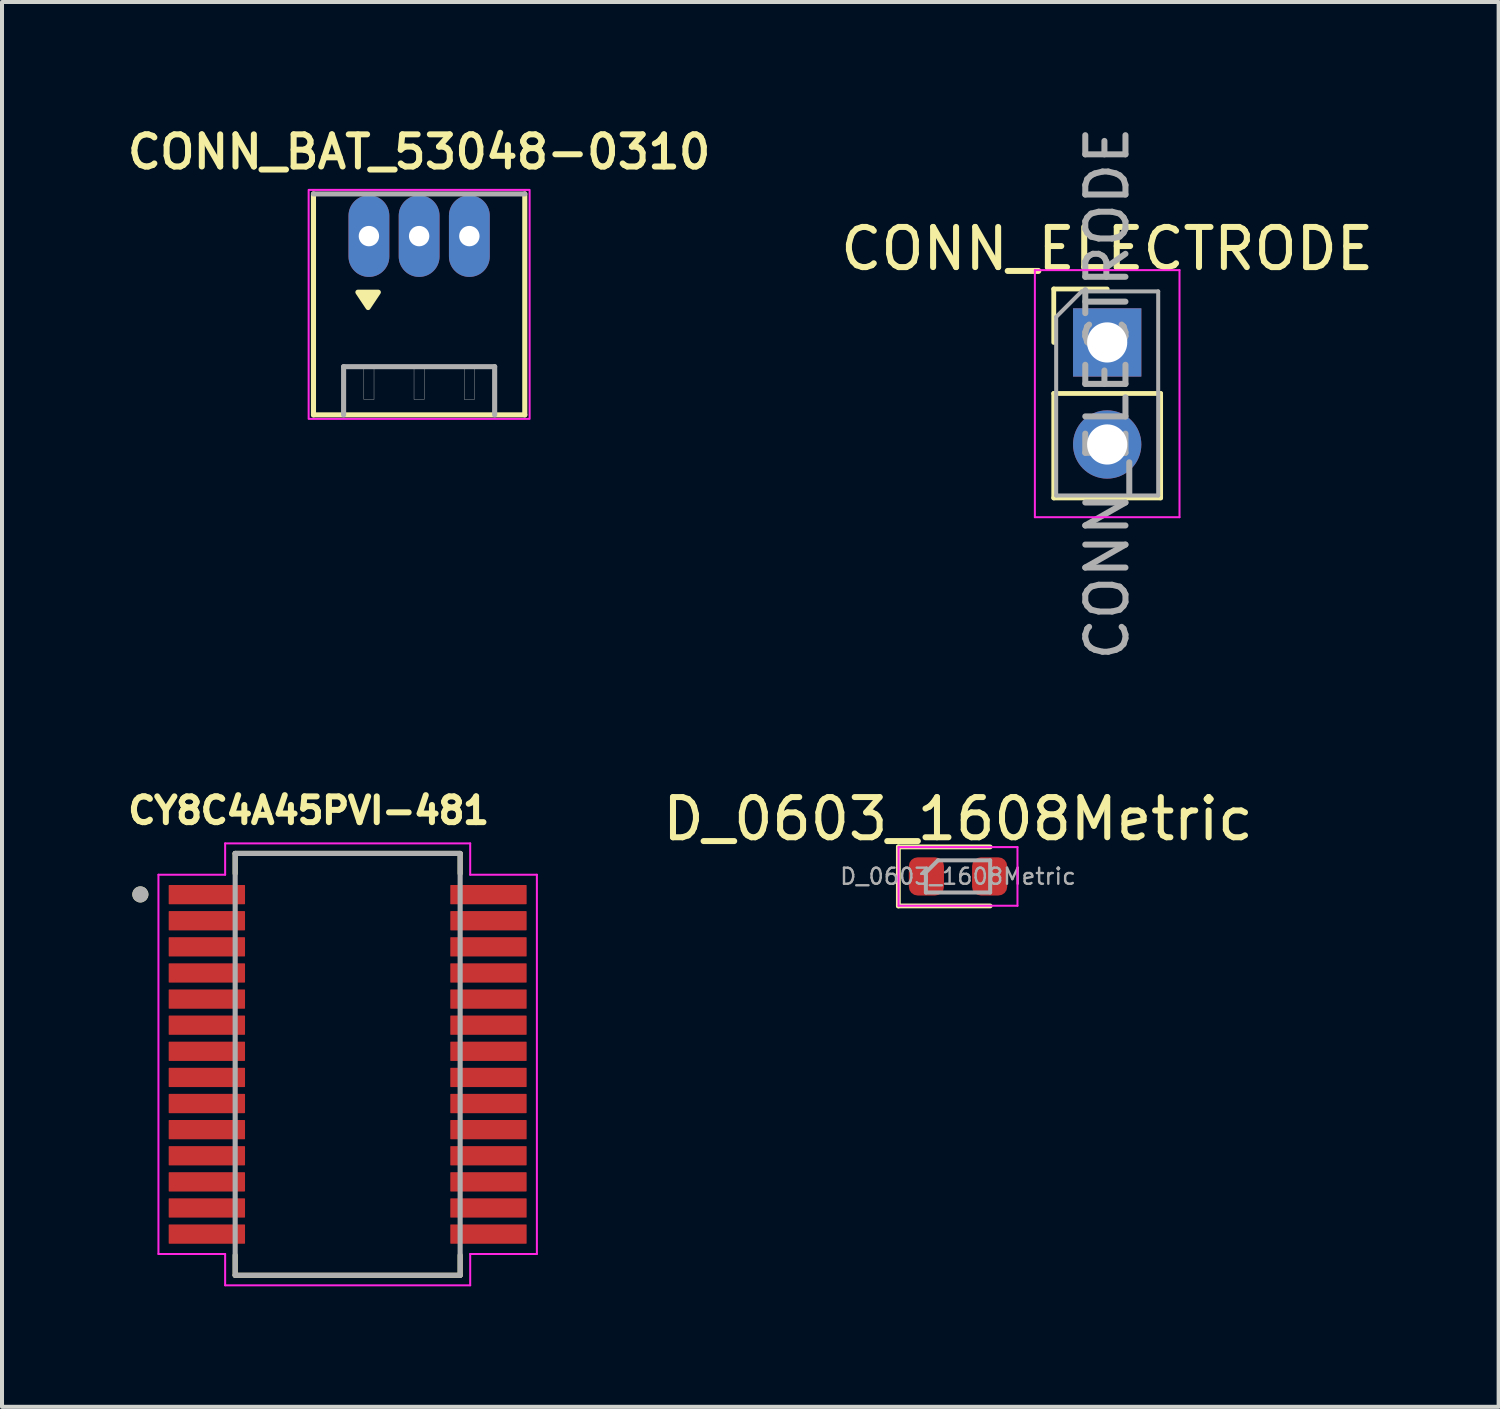
<source format=kicad_pcb>
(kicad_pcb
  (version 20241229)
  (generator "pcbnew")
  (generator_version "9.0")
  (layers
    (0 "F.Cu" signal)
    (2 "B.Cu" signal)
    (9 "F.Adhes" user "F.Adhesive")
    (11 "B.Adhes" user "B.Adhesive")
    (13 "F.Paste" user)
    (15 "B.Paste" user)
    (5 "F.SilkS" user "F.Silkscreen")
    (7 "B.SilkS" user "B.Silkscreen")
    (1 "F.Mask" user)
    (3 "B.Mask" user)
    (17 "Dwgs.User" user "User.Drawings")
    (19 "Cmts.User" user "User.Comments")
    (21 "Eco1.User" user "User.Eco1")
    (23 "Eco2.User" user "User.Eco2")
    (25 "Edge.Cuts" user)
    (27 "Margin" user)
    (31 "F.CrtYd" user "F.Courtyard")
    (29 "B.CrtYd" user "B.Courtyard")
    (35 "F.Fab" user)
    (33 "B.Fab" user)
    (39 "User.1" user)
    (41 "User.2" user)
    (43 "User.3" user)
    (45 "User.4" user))
  (footprint "CONN_BAT_53048-0310"
    (layer "F.Cu")
    (at 7.383 2.827)
    (property "Reference" "CONN_BAT_53048-0310" (at 0 -2.095 0) (layer "F.SilkS") (effects (font (size 0.8 0.8) (thickness 0.15))))
    (attr through_hole)
    (fp_line (start -2.63 4.45) (end -2.63 -1.05) (stroke (width 0.127) (type solid)) (layer "F.SilkS"))
    (fp_line (start 2.63 -1.05) (end 2.63 4.45) (stroke (width 0.127) (type solid)) (layer "F.SilkS"))
    (fp_line (start 2.63 4.45) (end -2.63 4.45) (stroke (width 0.127) (type solid)) (layer "F.SilkS"))
    (fp_poly (pts (xy -1.524 1.397) (xy -1.016 1.397) (xy -1.27 1.778)) (stroke (width 0.127) (type solid)) (fill yes) (layer "F.SilkS"))
    (fp_rect (start -2.75 -1.15) (end 2.75 4.55) (stroke (width 0.05) (type default)) (fill no) (layer "F.CrtYd"))
    (fp_line (start -2.63 -1.05) (end 2.63 -1.05) (stroke (width 0.127) (type solid)) (layer "F.Fab"))
    (fp_line (start -1.88 3.25) (end 1.88 3.25) (stroke (width 0.127) (type solid)) (layer "F.Fab"))
    (fp_line (start -1.88 4.45) (end -1.88 3.25) (stroke (width 0.127) (type solid)) (layer "F.Fab"))
    (fp_line (start 1.88 3.25) (end 1.88 4.45) (stroke (width 0.127) (type solid)) (layer "F.Fab"))
    (fp_poly (pts (xy -1.377 3.3) (xy -1.123 3.3) (xy -1.123 4.067) (xy -1.377 4.067)) (stroke (width 0.01) (type solid)) (fill no) (layer "F.Fab"))
    (fp_poly (pts (xy -0.127 3.3) (xy 0.127 3.3) (xy 0.127 4.067) (xy -0.127 4.067)) (stroke (width 0.01) (type solid)) (fill no) (layer "F.Fab"))
    (fp_poly (pts (xy 1.123 3.3) (xy 1.377 3.3) (xy 1.377 4.067) (xy 1.123 4.067)) (stroke (width 0.01) (type solid)) (fill no) (layer "F.Fab"))
    (pad "1" thru_hole oval (at -1.25 0) (size 1.016 2.032) (drill 0.508) (layers "*.Cu" "*.Mask"))
    (pad "2" thru_hole oval (at 0 0) (size 1.016 2.032) (drill 0.508) (layers "*.Cu" "*.Mask"))
    (pad "3" thru_hole oval (at 1.25 0) (size 1.016 2.032) (drill 0.508) (layers "*.Cu" "*.Mask")))
  (footprint "D_0603_1608Metric"
    (layer "F.Cu")
    (at 20.797 18.766)
    (property "Reference" "D_0603_1608Metric" (at 0 -1.43 0) (layer "F.SilkS") (effects (font (size 1 1) (thickness 0.15))))
    (attr smd)
    (fp_line (start -1.485 -0.735) (end -1.485 0.735) (stroke (width 0.12) (type solid)) (layer "F.SilkS"))
    (fp_line (start -1.485 0.735) (end 0.8 0.735) (stroke (width 0.12) (type solid)) (layer "F.SilkS"))
    (fp_line (start 0.8 -0.735) (end -1.485 -0.735) (stroke (width 0.12) (type solid)) (layer "F.SilkS"))
    (fp_line (start -1.48 -0.73) (end 1.48 -0.73) (stroke (width 0.05) (type solid)) (layer "F.CrtYd"))
    (fp_line (start -1.48 0.73) (end -1.48 -0.73) (stroke (width 0.05) (type solid)) (layer "F.CrtYd"))
    (fp_line (start 1.48 -0.73) (end 1.48 0.73) (stroke (width 0.05) (type solid)) (layer "F.CrtYd"))
    (fp_line (start 1.48 0.73) (end -1.48 0.73) (stroke (width 0.05) (type solid)) (layer "F.CrtYd"))
    (fp_line (start -0.8 -0.1) (end -0.8 0.4) (stroke (width 0.1) (type solid)) (layer "F.Fab"))
    (fp_line (start -0.8 0.4) (end 0.8 0.4) (stroke (width 0.1) (type solid)) (layer "F.Fab"))
    (fp_line (start -0.5 -0.4) (end -0.8 -0.1) (stroke (width 0.1) (type solid)) (layer "F.Fab"))
    (fp_line (start 0.8 -0.4) (end -0.5 -0.4) (stroke (width 0.1) (type solid)) (layer "F.Fab"))
    (fp_line (start 0.8 0.4) (end 0.8 -0.4) (stroke (width 0.1) (type solid)) (layer "F.Fab"))
    (fp_text user "${REFERENCE}" (at 0 0 0) (layer "F.Fab") (effects (font (size 0.4 0.4) (thickness 0.06))))
    (pad "1" smd roundrect (at -0.787 0) (size 0.875 0.95) (layers "F.Cu" "F.Mask" "F.Paste") (roundrect_rratio 0.25))
    (pad "2" smd roundrect (at 0.787 0) (size 0.875 0.95) (layers "F.Cu" "F.Mask" "F.Paste") (roundrect_rratio 0.25)))
  (footprint "CY8C4A45PVI-481"
    (layer "F.Cu")
    (at 5.604 23.444)
    (property "Reference" "CY8C4A45PVI-481" (at -0.97 -6.318 0) (layer "F.SilkS") (effects (font (size 0.641 0.641) (thickness 0.15))))
    (attr smd)
    (fp_line (start -2.8 -5.25) (end 2.8 -5.25) (stroke (width 0.127) (type solid)) (layer "F.SilkS"))
    (fp_line (start -2.8 -4.75) (end -2.8 -5.25) (stroke (width 0.127) (type solid)) (layer "F.SilkS"))
    (fp_line (start -2.8 4.75) (end -2.8 5.25) (stroke (width 0.127) (type solid)) (layer "F.SilkS"))
    (fp_line (start -2.8 5.25) (end 2.8 5.25) (stroke (width 0.127) (type solid)) (layer "F.SilkS"))
    (fp_line (start 2.8 -5.25) (end 2.8 -4.75) (stroke (width 0.127) (type solid)) (layer "F.SilkS"))
    (fp_line (start 2.8 5.25) (end 2.8 4.75) (stroke (width 0.127) (type solid)) (layer "F.SilkS"))
    (fp_circle (center -5.16 -4.23) (end -5.06 -4.23) (stroke (width 0.2) (type solid)) (fill no) (layer "F.SilkS"))
    (fp_line (start -4.71 -4.72) (end -3.05 -4.72) (stroke (width 0.05) (type solid)) (layer "F.CrtYd"))
    (fp_line (start -4.71 4.72) (end -4.71 -4.72) (stroke (width 0.05) (type solid)) (layer "F.CrtYd"))
    (fp_line (start -3.05 -5.5) (end 3.05 -5.5) (stroke (width 0.05) (type solid)) (layer "F.CrtYd"))
    (fp_line (start -3.05 -4.72) (end -3.05 -5.5) (stroke (width 0.05) (type solid)) (layer "F.CrtYd"))
    (fp_line (start -3.05 4.72) (end -4.71 4.72) (stroke (width 0.05) (type solid)) (layer "F.CrtYd"))
    (fp_line (start -3.05 5.5) (end -3.05 4.72) (stroke (width 0.05) (type solid)) (layer "F.CrtYd"))
    (fp_line (start 3.05 -5.5) (end 3.05 -4.72) (stroke (width 0.05) (type solid)) (layer "F.CrtYd"))
    (fp_line (start 3.05 -4.72) (end 4.71 -4.72) (stroke (width 0.05) (type solid)) (layer "F.CrtYd"))
    (fp_line (start 3.05 4.72) (end 3.05 5.5) (stroke (width 0.05) (type solid)) (layer "F.CrtYd"))
    (fp_line (start 3.05 5.5) (end -3.05 5.5) (stroke (width 0.05) (type solid)) (layer "F.CrtYd"))
    (fp_line (start 4.71 -4.72) (end 4.71 4.72) (stroke (width 0.05) (type solid)) (layer "F.CrtYd"))
    (fp_line (start 4.71 4.72) (end 3.05 4.72) (stroke (width 0.05) (type solid)) (layer "F.CrtYd"))
    (fp_line (start -2.8 -5.25) (end 2.8 -5.25) (stroke (width 0.127) (type solid)) (layer "F.Fab"))
    (fp_line (start -2.8 5.25) (end -2.8 -5.25) (stroke (width 0.127) (type solid)) (layer "F.Fab"))
    (fp_line (start 2.8 -5.25) (end 2.8 5.25) (stroke (width 0.127) (type solid)) (layer "F.Fab"))
    (fp_line (start 2.8 5.25) (end -2.8 5.25) (stroke (width 0.127) (type solid)) (layer "F.Fab"))
    (fp_circle (center -5.16 -4.23) (end -5.06 -4.23) (stroke (width 0.2) (type solid)) (fill no) (layer "F.Fab"))
    (pad "1" smd roundrect (at -3.505 -4.225) (size 1.9 0.48) (layers "F.Cu" "F.Mask" "F.Paste") (roundrect_rratio 0.03))
    (pad "2" smd roundrect (at -3.505 -3.575) (size 1.9 0.48) (layers "F.Cu" "F.Mask" "F.Paste") (roundrect_rratio 0.03))
    (pad "3" smd roundrect (at -3.505 -2.925) (size 1.9 0.48) (layers "F.Cu" "F.Mask" "F.Paste") (roundrect_rratio 0.03))
    (pad "4" smd roundrect (at -3.505 -2.275) (size 1.9 0.48) (layers "F.Cu" "F.Mask" "F.Paste") (roundrect_rratio 0.03))
    (pad "5" smd roundrect (at -3.505 -1.625) (size 1.9 0.48) (layers "F.Cu" "F.Mask" "F.Paste") (roundrect_rratio 0.03))
    (pad "6" smd roundrect (at -3.505 -0.975) (size 1.9 0.48) (layers "F.Cu" "F.Mask" "F.Paste") (roundrect_rratio 0.03))
    (pad "7" smd roundrect (at -3.505 -0.325) (size 1.9 0.48) (layers "F.Cu" "F.Mask" "F.Paste") (roundrect_rratio 0.03))
    (pad "8" smd roundrect (at -3.505 0.325) (size 1.9 0.48) (layers "F.Cu" "F.Mask" "F.Paste") (roundrect_rratio 0.03))
    (pad "9" smd roundrect (at -3.505 0.975) (size 1.9 0.48) (layers "F.Cu" "F.Mask" "F.Paste") (roundrect_rratio 0.03))
    (pad "10" smd roundrect (at -3.505 1.625) (size 1.9 0.48) (layers "F.Cu" "F.Mask" "F.Paste") (roundrect_rratio 0.03))
    (pad "11" smd roundrect (at -3.505 2.275) (size 1.9 0.48) (layers "F.Cu" "F.Mask" "F.Paste") (roundrect_rratio 0.03))
    (pad "12" smd roundrect (at -3.505 2.925) (size 1.9 0.48) (layers "F.Cu" "F.Mask" "F.Paste") (roundrect_rratio 0.03))
    (pad "13" smd roundrect (at -3.505 3.575) (size 1.9 0.48) (layers "F.Cu" "F.Mask" "F.Paste") (roundrect_rratio 0.03))
    (pad "14" smd roundrect (at -3.505 4.225) (size 1.9 0.48) (layers "F.Cu" "F.Mask" "F.Paste") (roundrect_rratio 0.03))
    (pad "15" smd roundrect (at 3.505 4.225) (size 1.9 0.48) (layers "F.Cu" "F.Mask" "F.Paste") (roundrect_rratio 0.03))
    (pad "16" smd roundrect (at 3.505 3.575) (size 1.9 0.48) (layers "F.Cu" "F.Mask" "F.Paste") (roundrect_rratio 0.03))
    (pad "17" smd roundrect (at 3.505 2.925) (size 1.9 0.48) (layers "F.Cu" "F.Mask" "F.Paste") (roundrect_rratio 0.03))
    (pad "18" smd roundrect (at 3.505 2.275) (size 1.9 0.48) (layers "F.Cu" "F.Mask" "F.Paste") (roundrect_rratio 0.03))
    (pad "19" smd roundrect (at 3.505 1.625) (size 1.9 0.48) (layers "F.Cu" "F.Mask" "F.Paste") (roundrect_rratio 0.03))
    (pad "20" smd roundrect (at 3.505 0.975) (size 1.9 0.48) (layers "F.Cu" "F.Mask" "F.Paste") (roundrect_rratio 0.03))
    (pad "21" smd roundrect (at 3.505 0.325) (size 1.9 0.48) (layers "F.Cu" "F.Mask" "F.Paste") (roundrect_rratio 0.03))
    (pad "22" smd roundrect (at 3.505 -0.325) (size 1.9 0.48) (layers "F.Cu" "F.Mask" "F.Paste") (roundrect_rratio 0.03))
    (pad "23" smd roundrect (at 3.505 -0.975) (size 1.9 0.48) (layers "F.Cu" "F.Mask" "F.Paste") (roundrect_rratio 0.03))
    (pad "24" smd roundrect (at 3.505 -1.625) (size 1.9 0.48) (layers "F.Cu" "F.Mask" "F.Paste") (roundrect_rratio 0.03))
    (pad "25" smd roundrect (at 3.505 -2.275) (size 1.9 0.48) (layers "F.Cu" "F.Mask" "F.Paste") (roundrect_rratio 0.03))
    (pad "26" smd roundrect (at 3.505 -2.925) (size 1.9 0.48) (layers "F.Cu" "F.Mask" "F.Paste") (roundrect_rratio 0.03))
    (pad "27" smd roundrect (at 3.505 -3.575) (size 1.9 0.48) (layers "F.Cu" "F.Mask" "F.Paste") (roundrect_rratio 0.03))
    (pad "28" smd roundrect (at 3.505 -4.225) (size 1.9 0.48) (layers "F.Cu" "F.Mask" "F.Paste") (roundrect_rratio 0.03)))
  (footprint "CONN_ELECTRODE"
    (layer "F.Cu")
    (at 24.51 5.474)
    (property "Reference" "CONN_ELECTRODE" (at 0 -2.33 0) (layer "F.SilkS") (effects (font (size 1 1) (thickness 0.15))))
    (attr through_hole)
    (fp_line (start -1.33 -1.33) (end 0 -1.33) (stroke (width 0.12) (type solid)) (layer "F.SilkS"))
    (fp_line (start -1.33 0) (end -1.33 -1.33) (stroke (width 0.12) (type solid)) (layer "F.SilkS"))
    (fp_line (start -1.33 1.27) (end -1.33 3.87) (stroke (width 0.12) (type solid)) (layer "F.SilkS"))
    (fp_line (start -1.33 1.27) (end 1.33 1.27) (stroke (width 0.12) (type solid)) (layer "F.SilkS"))
    (fp_line (start -1.33 3.87) (end 1.33 3.87) (stroke (width 0.12) (type solid)) (layer "F.SilkS"))
    (fp_line (start 1.33 1.27) (end 1.33 3.87) (stroke (width 0.12) (type solid)) (layer "F.SilkS"))
    (fp_line (start -1.8 -1.8) (end -1.8 4.35) (stroke (width 0.05) (type solid)) (layer "F.CrtYd"))
    (fp_line (start -1.8 4.35) (end 1.8 4.35) (stroke (width 0.05) (type solid)) (layer "F.CrtYd"))
    (fp_line (start 1.8 -1.8) (end -1.8 -1.8) (stroke (width 0.05) (type solid)) (layer "F.CrtYd"))
    (fp_line (start 1.8 4.35) (end 1.8 -1.8) (stroke (width 0.05) (type solid)) (layer "F.CrtYd"))
    (fp_line (start -1.27 -0.635) (end -0.635 -1.27) (stroke (width 0.1) (type solid)) (layer "F.Fab"))
    (fp_line (start -1.27 3.81) (end -1.27 -0.635) (stroke (width 0.1) (type solid)) (layer "F.Fab"))
    (fp_line (start -0.635 -1.27) (end 1.27 -1.27) (stroke (width 0.1) (type solid)) (layer "F.Fab"))
    (fp_line (start 1.27 -1.27) (end 1.27 3.81) (stroke (width 0.1) (type solid)) (layer "F.Fab"))
    (fp_line (start 1.27 3.81) (end -1.27 3.81) (stroke (width 0.1) (type solid)) (layer "F.Fab"))
    (fp_text user "${REFERENCE}" (at 0 1.27 90) (layer "F.Fab") (effects (font (size 1 1) (thickness 0.15))))
    (pad "1" thru_hole rect (at 0 0) (size 1.7 1.7) (drill 1) (layers "*.Cu" "*.Mask"))
    (pad "2" thru_hole oval (at 0 2.54) (size 1.7 1.7) (drill 1) (layers "*.Cu" "*.Mask")))
  (gr_rect
    (start -3 -3)
    (end 34.254 31.969)
    (stroke (width 0.1) (type default))
    (fill no)
    (layer "Edge.Cuts")))
</source>
